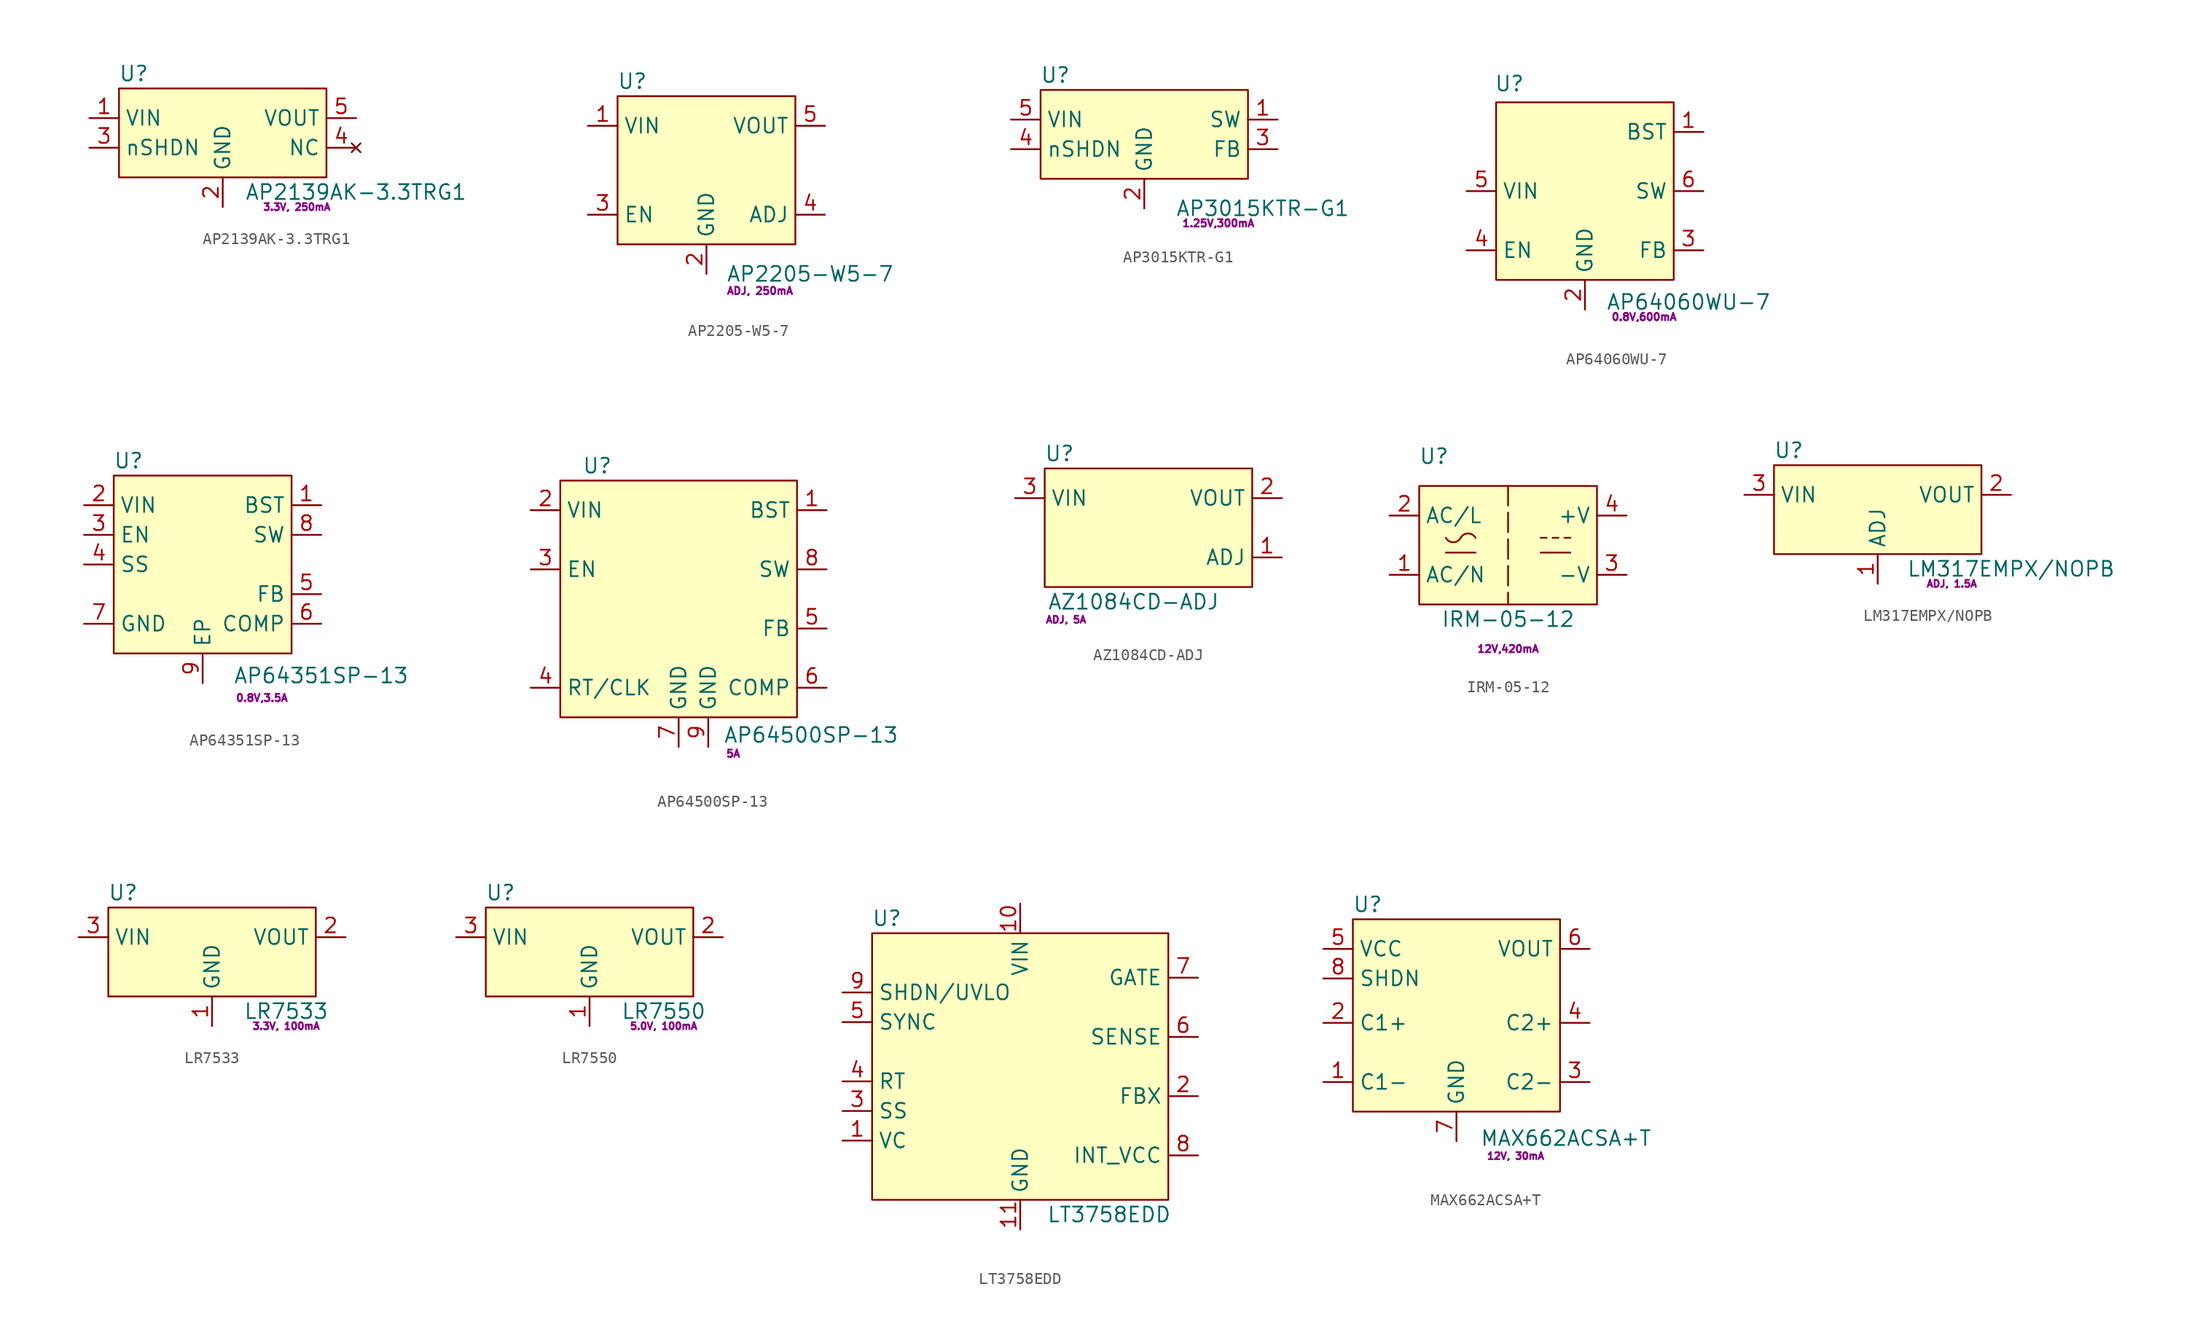
<source format=kicad_sym>
(kicad_symbol_lib
  (version 20220914)
  (generator kicad_symbol_editor)
  (symbol "AP2139AK-3.3TRG1"
    (property "Reference" "U"
      (at -7.62 6.35 0)
      (effects (font (size 1.27 1.27))))
    (property "Value" "AP2139AK-3.3TRG1"
      (at 11.43 -3.81 0)
      (effects (font (size 1.27 1.27))))
    (property "Params" "3.3V, 250mA"
      (at 6.35 -5.08 0)
      (effects (font (size 0.6 0.6))))
    (symbol "AP2139AK-3.3TRG1_0_1"
      (rectangle (start -8.89 -2.54) (end 8.89 5.08) (stroke (width 0.152) (type default)) (fill (type background))))
    (symbol "AP2139AK-3.3TRG1_1_1"
      (pin power_in line (at -11.43 2.54 0) (length 2.54) (name "VIN" (effects (font (size 1.27 1.27)))) (number "1" (effects (font (size 1.27 1.27)))))
      (pin power_in line (at 0 -5.08 90) (length 2.54) (name "GND" (effects (font (size 1.27 1.27)))) (number "2" (effects (font (size 1.27 1.27)))))
      (pin input line (at -11.43 0 0) (length 2.54) (name "nSHDN" (effects (font (size 1.27 1.27)))) (number "3" (effects (font (size 1.27 1.27)))))
      (pin no_connect line (at 11.43 0 180) (length 2.54) (name "NC" (effects (font (size 1.27 1.27)))) (number "4" (effects (font (size 1.27 1.27)))))
      (pin power_out line (at 11.43 2.54 180) (length 2.54) (name "VOUT" (effects (font (size 1.27 1.27)))) (number "5" (effects (font (size 1.27 1.27)))))))
  (symbol "AP2205-W5-7"
    (property "Reference" "U"
      (at -6.35 13.97 0)
      (effects (font (size 1.27 1.27))))
    (property "Value" "AP2205-W5-7"
      (at 8.89 -2.54 0)
      (effects (font (size 1.27 1.27))))
    (property "Params" "ADJ, 250mA"
      (at 4.591 -3.987 0)
      (effects (font (size 0.63 0.63))))
    (symbol "AP2205-W5-7_0_1"
      (rectangle (start -7.62 12.7) (end 7.62 0) (stroke (width 0.152) (type default)) (fill (type background))))
    (symbol "AP2205-W5-7_1_1"
      (pin power_in line (at -10.16 10.16 0) (length 2.54) (name "VIN" (effects (font (size 1.27 1.27)))) (number "1" (effects (font (size 1.27 1.27)))))
      (pin power_in line (at 0 -2.54 90) (length 2.54) (name "GND" (effects (font (size 1.27 1.27)))) (number "2" (effects (font (size 1.27 1.27)))))
      (pin input line (at -10.16 2.54 0) (length 2.54) (name "EN" (effects (font (size 1.27 1.27)))) (number "3" (effects (font (size 1.27 1.27)))))
      (pin input line (at 10.16 2.54 180) (length 2.54) (name "ADJ" (effects (font (size 1.27 1.27)))) (number "4" (effects (font (size 1.27 1.27)))))
      (pin power_out line (at 10.16 10.16 180) (length 2.54) (name "VOUT" (effects (font (size 1.27 1.27)))) (number "5" (effects (font (size 1.27 1.27)))))))
  (symbol "AP3015KTR-G1"
    (property "Reference" "U"
      (at -7.62 5.08 0)
      (effects (font (size 1.27 1.27))))
    (property "Value" "AP3015KTR-G1"
      (at 10.16 -6.35 0)
      (effects (font (size 1.27 1.27))))
    (property "Params" "1.25V,300mA"
      (at 6.35 -7.62 0)
      (effects (font (size 0.63 0.63))))
    (symbol "AP3015KTR-G1_0_1"
      (rectangle (start -8.89 -3.81) (end 8.89 3.81) (stroke (width 0.152) (type default)) (fill (type background))))
    (symbol "AP3015KTR-G1_1_1"
      (pin power_out line (at 11.43 1.27 180) (length 2.54) (name "SW" (effects (font (size 1.27 1.27)))) (number "1" (effects (font (size 1.27 1.27)))))
      (pin power_in line (at 0 -6.35 90) (length 2.54) (name "GND" (effects (font (size 1.27 1.27)))) (number "2" (effects (font (size 1.27 1.27)))))
      (pin input line (at 11.43 -1.27 180) (length 2.54) (name "FB" (effects (font (size 1.27 1.27)))) (number "3" (effects (font (size 1.27 1.27)))))
      (pin input line (at -11.43 -1.27 0) (length 2.54) (name "nSHDN" (effects (font (size 1.27 1.27)))) (number "4" (effects (font (size 1.27 1.27)))))
      (pin power_in line (at -11.43 1.27 0) (length 2.54) (name "VIN" (effects (font (size 1.27 1.27)))) (number "5" (effects (font (size 1.27 1.27)))))))
  (symbol "AP64060WU-7"
    (property "Reference" "U"
      (at -6.476 16.837 0)
      (effects (font (size 1.27 1.27))))
    (property "Value" "AP64060WU-7"
      (at 8.89 -1.905 0)
      (effects (font (size 1.27 1.27))))
    (property "Params" "0.8V,600mA"
      (at 5.08 -3.175 0)
      (effects (font (size 0.63 0.63))))
    (symbol "AP64060WU-7_0_1"
      (rectangle (start -7.62 15.24) (end 7.62 0) (stroke (width 0.152) (type default)) (fill (type background))))
    (symbol "AP64060WU-7_1_1"
      (pin input line (at 10.16 12.7 180) (length 2.54) (name "BST" (effects (font (size 1.27 1.27)))) (number "1" (effects (font (size 1.27 1.27)))))
      (pin power_in line (at 0 -2.54 90) (length 2.54) (name "GND" (effects (font (size 1.27 1.27)))) (number "2" (effects (font (size 1.27 1.27)))))
      (pin input line (at 10.16 2.54 180) (length 2.54) (name "FB" (effects (font (size 1.27 1.27)))) (number "3" (effects (font (size 1.27 1.27)))))
      (pin input line (at -10.16 2.54 0) (length 2.54) (name "EN" (effects (font (size 1.27 1.27)))) (number "4" (effects (font (size 1.27 1.27)))))
      (pin power_in line (at -10.16 7.62 0) (length 2.54) (name "VIN" (effects (font (size 1.27 1.27)))) (number "5" (effects (font (size 1.27 1.27)))))
      (pin power_out line (at 10.16 7.62 180) (length 2.54) (name "SW" (effects (font (size 1.27 1.27)))) (number "6" (effects (font (size 1.27 1.27)))))))
  (symbol "AP64351SP-13"
    (property "Reference" "U"
      (at -5.08 10.16 0)
      (effects (font (size 1.27 1.27))))
    (property "Value" "AP64351SP-13"
      (at 11.43 -8.255 0)
      (effects (font (size 1.27 1.27))))
    (property "Params" "0.8V,3.5A"
      (at 6.35 -10.16 0)
      (effects (font (size 0.63 0.63))))
    (symbol "AP64351SP-13_0_1"
      (rectangle (start -6.35 8.89) (end 8.89 -6.35) (stroke (width 0.152) (type default)) (fill (type background))))
    (symbol "AP64351SP-13_1_1"
      (pin output line (at 11.43 6.35 180) (length 2.54) (name "BST" (effects (font (size 1.27 1.27)))) (number "1" (effects (font (size 1.27 1.27)))))
      (pin input line (at -8.89 6.35 0) (length 2.54) (name "VIN" (effects (font (size 1.27 1.27)))) (number "2" (effects (font (size 1.27 1.27)))))
      (pin input line (at -8.89 3.81 0) (length 2.54) (name "EN" (effects (font (size 1.27 1.27)))) (number "3" (effects (font (size 1.27 1.27)))))
      (pin input line (at -8.89 1.27 0) (length 2.54) (name "SS" (effects (font (size 1.27 1.27)))) (number "4" (effects (font (size 1.27 1.27)))))
      (pin power_in line (at 11.43 -1.27 180) (length 2.54) (name "FB" (effects (font (size 1.27 1.27)))) (number "5" (effects (font (size 1.27 1.27)))))
      (pin bidirectional line (at 11.43 -3.81 180) (length 2.54) (name "COMP" (effects (font (size 1.27 1.27)))) (number "6" (effects (font (size 1.27 1.27)))))
      (pin bidirectional line (at -8.89 -3.81 0) (length 2.54) (name "GND" (effects (font (size 1.27 1.27)))) (number "7" (effects (font (size 1.27 1.27)))))
      (pin power_in line (at 11.43 3.81 180) (length 2.54) (name "SW" (effects (font (size 1.27 1.27)))) (number "8" (effects (font (size 1.27 1.27)))))
      (pin power_in line (at 1.27 -8.89 90) (length 2.54) (name "EP" (effects (font (size 1.27 1.27)))) (number "9" (effects (font (size 1.27 1.27)))))))
  (symbol "AP64500SP-13"
    (property "Reference" "U"
      (at -6.985 21.59 0)
      (effects (font (size 1.27 1.27))))
    (property "Value" "AP64500SP-13"
      (at 11.374 -1.527 0)
      (effects (font (size 1.27 1.27))))
    (property "Params" "5A"
      (at 4.684 -3.116 0)
      (effects (font (size 0.63 0.63))))
    (symbol "AP64500SP-13_0_1"
      (rectangle (start -10.16 20.32) (end 10.16 0) (stroke (width 0.152) (type default)) (fill (type background))))
    (symbol "AP64500SP-13_1_1"
      (pin input line (at 12.7 17.78 180) (length 2.54) (name "BST" (effects (font (size 1.27 1.27)))) (number "1" (effects (font (size 1.27 1.27)))))
      (pin power_in line (at -12.7 17.78 0) (length 2.54) (name "VIN" (effects (font (size 1.27 1.27)))) (number "2" (effects (font (size 1.27 1.27)))))
      (pin input line (at -12.7 12.7 0) (length 2.54) (name "EN" (effects (font (size 1.27 1.27)))) (number "3" (effects (font (size 1.27 1.27)))))
      (pin input line (at -12.7 2.54 0) (length 2.54) (name "RT/CLK" (effects (font (size 1.27 1.27)))) (number "4" (effects (font (size 1.27 1.27)))))
      (pin input line (at 12.7 7.62 180) (length 2.54) (name "FB" (effects (font (size 1.27 1.27)))) (number "5" (effects (font (size 1.27 1.27)))))
      (pin input line (at 12.7 2.54 180) (length 2.54) (name "COMP" (effects (font (size 1.27 1.27)))) (number "6" (effects (font (size 1.27 1.27)))))
      (pin power_in line (at 0 -2.54 90) (length 2.54) (name "GND" (effects (font (size 1.27 1.27)))) (number "7" (effects (font (size 1.27 1.27)))))
      (pin power_out line (at 12.7 12.7 180) (length 2.54) (name "SW" (effects (font (size 1.27 1.27)))) (number "8" (effects (font (size 1.27 1.27)))))
      (pin power_in line (at 2.54 -2.54 90) (length 2.54) (name "GND" (effects (font (size 1.27 1.27)))) (number "9" (effects (font (size 1.27 1.27)))))))
  (symbol "AZ1084CD-ADJ"
    (property "Reference" "U"
      (at -7.62 6.35 0)
      (effects (font (size 1.27 1.27))))
    (property "Value" "AZ1084CD-ADJ"
      (at -1.27 -6.35 0)
      (effects (font (size 1.27 1.27))))
    (property "Params" "ADJ, 5A"
      (at -7.061 -7.874 0)
      (effects (font (size 0.6 0.6))))
    (symbol "AZ1084CD-ADJ_0_1"
      (rectangle (start -8.89 5.08) (end 8.89 -5.08) (stroke (width 0.152) (type default)) (fill (type background))))
    (symbol "AZ1084CD-ADJ_1_1"
      (pin passive line (at 11.43 -2.54 180) (length 2.54) (name "ADJ" (effects (font (size 1.27 1.27)))) (number "1" (effects (font (size 1.27 1.27)))))
      (pin power_out line (at 11.43 2.54 180) (length 2.54) (name "VOUT" (effects (font (size 1.27 1.27)))) (number "2" (effects (font (size 1.27 1.27)))))
      (pin power_in line (at -11.43 2.54 0) (length 2.54) (name "VIN" (effects (font (size 1.27 1.27)))) (number "3" (effects (font (size 1.27 1.27)))))))
  (symbol "IRM-05-12"
    (property "Reference" "U"
      (at 1.27 12.7 0)
      (effects (font (size 1.27 1.27))))
    (property "Value" "IRM-05-12"
      (at 7.62 -1.27 0)
      (effects (font (size 1.27 1.27))))
    (property "Params" "12V,420mA"
      (at 7.62 -3.81 0)
      (effects (font (size 0.63 0.63))))
    (symbol "IRM-05-12_0_1"
      (polyline (pts (xy 2.286 4.445) (xy 4.826 4.445)) (stroke (width 0) (type default)) (fill (type none)))
      (polyline (pts (xy 10.414 4.445) (xy 12.954 4.445)) (stroke (width 0) (type default)) (fill (type none)))
      (polyline (pts (xy 10.414 5.715) (xy 10.922 5.715)) (stroke (width 0) (type default)) (fill (type none)))
      (polyline (pts (xy 11.43 5.715) (xy 11.938 5.715)) (stroke (width 0) (type default)) (fill (type none)))
      (polyline (pts (xy 12.446 5.715) (xy 12.954 5.715)) (stroke (width 0) (type default)) (fill (type none)))
      (rectangle (start 0 10.16) (end 15.24 0) (stroke (width 0.152) (type default)) (fill (type background)))
      (arc (start 2.286 5.715) (mid 2.921 5.3295) (end 3.556 5.715) (stroke (width 0) (type default)) (fill (type none)))
      (arc (start 4.826 5.715) (mid 4.191 6.0872) (end 3.556 5.715) (stroke (width 0) (type default)) (fill (type none))))
    (symbol "IRM-05-12_1_1"
      (polyline (pts (xy 7.62 10.16) (xy 7.62 0)) (stroke (width 0) (type dash)) (fill (type none)))
      (pin power_in line (at -2.54 2.54 0) (length 2.54) (name "AC/N" (effects (font (size 1.27 1.27)))) (number "1" (effects (font (size 1.27 1.27)))))
      (pin power_in line (at -2.54 7.62 0) (length 2.54) (name "AC/L" (effects (font (size 1.27 1.27)))) (number "2" (effects (font (size 1.27 1.27)))))
      (pin power_out line (at 17.78 2.54 180) (length 2.54) (name "-V" (effects (font (size 1.27 1.27)))) (number "3" (effects (font (size 1.27 1.27)))))
      (pin power_out line (at 17.78 7.62 180) (length 2.54) (name "+V" (effects (font (size 1.27 1.27)))) (number "4" (effects (font (size 1.27 1.27)))))))
  (symbol "LM317EMPX/NOPB"
    (property "Reference" "U"
      (at -7.62 8.89 0)
      (effects (font (size 1.27 1.27))))
    (property "Value" "LM317EMPX/NOPB"
      (at 11.43 -1.27 0)
      (effects (font (size 1.27 1.27))))
    (property "Params" "ADJ, 1.5A"
      (at 6.35 -2.54 0)
      (effects (font (size 0.6 0.6))))
    (symbol "LM317EMPX/NOPB_0_1"
      (rectangle (start -8.89 0) (end 8.89 7.62) (stroke (width 0.152) (type default)) (fill (type background))))
    (symbol "LM317EMPX/NOPB_1_1"
      (pin power_in line (at 0 -2.54 90) (length 2.54) (name "ADJ" (effects (font (size 1.27 1.27)))) (number "1" (effects (font (size 1.27 1.27)))))
      (pin power_out line (at 11.43 5.08 180) (length 2.54) (name "VOUT" (effects (font (size 1.27 1.27)))) (number "2" (effects (font (size 1.27 1.27)))))
      (pin power_in line (at -11.43 5.08 0) (length 2.54) (name "VIN" (effects (font (size 1.27 1.27)))) (number "3" (effects (font (size 1.27 1.27)))))))
  (symbol "LR7533"
    (property "Reference" "U"
      (at -7.62 8.89 0)
      (effects (font (size 1.27 1.27))))
    (property "Value" "LR7533"
      (at 6.35 -1.27 0)
      (effects (font (size 1.27 1.27))))
    (property "Params" "3.3V, 100mA"
      (at 6.35 -2.54 0)
      (effects (font (size 0.6 0.6))))
    (symbol "LR7533_0_1"
      (rectangle (start -8.89 0) (end 8.89 7.62) (stroke (width 0.152) (type default)) (fill (type background))))
    (symbol "LR7533_1_1"
      (pin power_in line (at 0 -2.54 90) (length 2.54) (name "GND" (effects (font (size 1.27 1.27)))) (number "1" (effects (font (size 1.27 1.27)))))
      (pin power_out line (at 11.43 5.08 180) (length 2.54) (name "VOUT" (effects (font (size 1.27 1.27)))) (number "2" (effects (font (size 1.27 1.27)))))
      (pin power_in line (at -11.43 5.08 0) (length 2.54) (name "VIN" (effects (font (size 1.27 1.27)))) (number "3" (effects (font (size 1.27 1.27)))))))
  (symbol "LR7550"
    (property "Reference" "U"
      (at -7.62 8.89 0)
      (effects (font (size 1.27 1.27))))
    (property "Value" "LR7550"
      (at 6.35 -1.27 0)
      (effects (font (size 1.27 1.27))))
    (property "Params" "5.0V, 100mA"
      (at 6.35 -2.54 0)
      (effects (font (size 0.6 0.6))))
    (symbol "LR7550_0_1"
      (rectangle (start -8.89 0) (end 8.89 7.62) (stroke (width 0.152) (type default)) (fill (type background))))
    (symbol "LR7550_1_1"
      (pin power_in line (at 0 -2.54 90) (length 2.54) (name "GND" (effects (font (size 1.27 1.27)))) (number "1" (effects (font (size 1.27 1.27)))))
      (pin power_out line (at 11.43 5.08 180) (length 2.54) (name "VOUT" (effects (font (size 1.27 1.27)))) (number "2" (effects (font (size 1.27 1.27)))))
      (pin power_in line (at -11.43 5.08 0) (length 2.54) (name "VIN" (effects (font (size 1.27 1.27)))) (number "3" (effects (font (size 1.27 1.27)))))))
  (symbol "LT3758EDD"
    (property "Reference" "U"
      (at 1.27 24.13 0)
      (effects (font (size 1.27 1.27))))
    (property "Value" "LT3758EDD"
      (at 20.32 -1.27 0)
      (effects (font (size 1.27 1.27))))
    (symbol "LT3758EDD_0_1"
      (rectangle (start 0 22.86) (end 25.4 0) (stroke (width 0.152) (type default)) (fill (type background))))
    (symbol "LT3758EDD_1_1"
      (pin input line (at -2.54 5.08 0) (length 2.54) (name "VC" (effects (font (size 1.27 1.27)))) (number "1" (effects (font (size 1.27 1.27)))))
      (pin power_in line (at 12.7 25.4 270) (length 2.54) (name "VIN" (effects (font (size 1.27 1.27)))) (number "10" (effects (font (size 1.27 1.27)))))
      (pin power_in line (at 12.7 -2.54 90) (length 2.54) (name "GND" (effects (font (size 1.27 1.27)))) (number "11" (effects (font (size 1.27 1.27)))))
      (pin input line (at 27.94 8.89 180) (length 2.54) (name "FBX" (effects (font (size 1.27 1.27)))) (number "2" (effects (font (size 1.27 1.27)))))
      (pin input line (at -2.54 7.62 0) (length 2.54) (name "SS" (effects (font (size 1.27 1.27)))) (number "3" (effects (font (size 1.27 1.27)))))
      (pin input line (at -2.54 10.16 0) (length 2.54) (name "RT" (effects (font (size 1.27 1.27)))) (number "4" (effects (font (size 1.27 1.27)))))
      (pin input line (at -2.54 15.24 0) (length 2.54) (name "SYNC" (effects (font (size 1.27 1.27)))) (number "5" (effects (font (size 1.27 1.27)))))
      (pin input line (at 27.94 13.97 180) (length 2.54) (name "SENSE" (effects (font (size 1.27 1.27)))) (number "6" (effects (font (size 1.27 1.27)))))
      (pin output line (at 27.94 19.05 180) (length 2.54) (name "GATE" (effects (font (size 1.27 1.27)))) (number "7" (effects (font (size 1.27 1.27)))))
      (pin power_out line (at 27.94 3.81 180) (length 2.54) (name "INT_VCC" (effects (font (size 1.27 1.27)))) (number "8" (effects (font (size 1.27 1.27)))))
      (pin input line (at -2.54 17.78 0) (length 2.54) (name "SHDN/UVLO" (effects (font (size 1.27 1.27)))) (number "9" (effects (font (size 1.27 1.27)))))))
  (symbol "MAX662ACSA+T"
    (property "Reference" "U"
      (at -7.62 10.16 0)
      (effects (font (size 1.27 1.27))))
    (property "Value" "MAX662ACSA+T"
      (at 9.398 -9.906 0)
      (effects (font (size 1.27 1.27))))
    (property "Params" "12V, 30mA"
      (at 5.08 -11.43 0)
      (effects (font (size 0.6 0.6))))
    (symbol "MAX662ACSA+T_0_1"
      (rectangle (start -8.89 8.89) (end 8.89 -7.62) (stroke (width 0.152) (type default)) (fill (type background))))
    (symbol "MAX662ACSA+T_1_1"
      (pin input line (at -11.43 -5.08 0) (length 2.54) (name "C1-" (effects (font (size 1.27 1.27)))) (number "1" (effects (font (size 1.27 1.27)))))
      (pin input line (at -11.43 0 0) (length 2.54) (name "C1+" (effects (font (size 1.27 1.27)))) (number "2" (effects (font (size 1.27 1.27)))))
      (pin input line (at 11.43 -5.08 180) (length 2.54) (name "C2-" (effects (font (size 1.27 1.27)))) (number "3" (effects (font (size 1.27 1.27)))))
      (pin input line (at 11.43 0 180) (length 2.54) (name "C2+" (effects (font (size 1.27 1.27)))) (number "4" (effects (font (size 1.27 1.27)))))
      (pin power_in line (at -11.43 6.35 0) (length 2.54) (name "VCC" (effects (font (size 1.27 1.27)))) (number "5" (effects (font (size 1.27 1.27)))))
      (pin power_out line (at 11.43 6.35 180) (length 2.54) (name "VOUT" (effects (font (size 1.27 1.27)))) (number "6" (effects (font (size 1.27 1.27)))))
      (pin power_in line (at 0 -10.16 90) (length 2.54) (name "GND" (effects (font (size 1.27 1.27)))) (number "7" (effects (font (size 1.27 1.27)))))
      (pin input line (at -11.43 3.81 0) (length 2.54) (name "SHDN" (effects (font (size 1.27 1.27)))) (number "8" (effects (font (size 1.27 1.27))))))))
</source>
